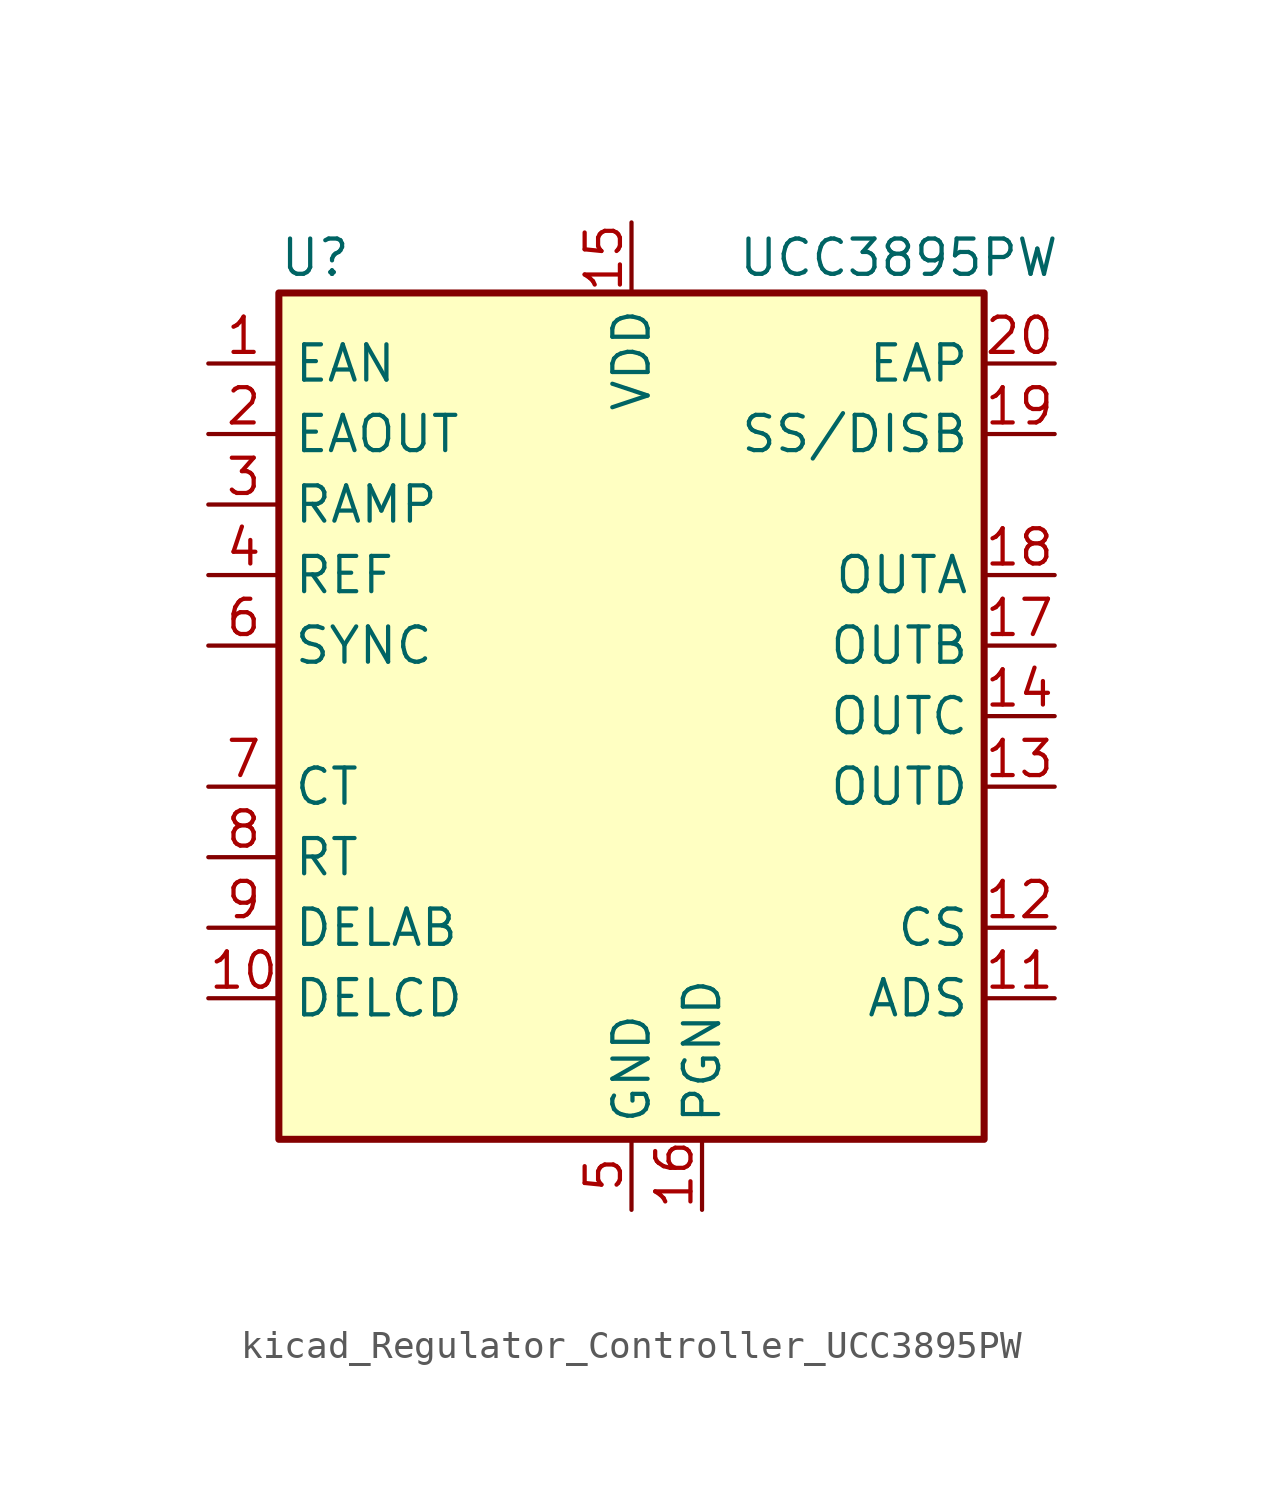
<source format=kicad_sym>
(kicad_symbol_lib
  (version 20220914)
  (generator kicad_symbol_editor)
  (symbol "kicad_Regulator_Controller_UCC3895PW"
    (property "Reference" "U"
      (at -12.7 16.51 0)
      (effects (font (size 1.27 1.27)) (justify left)))
    (property "Value" "UCC3895PW"
      (at 3.81 16.51 0)
      (effects (font (size 1.27 1.27)) (justify left)))
    (symbol "kicad_Regulator_Controller_UCC3895PW_0_1"
      (rectangle (start -12.7 15.24) (end 12.7 -15.24) (stroke (width 0.254) (type default)) (fill (type background))))
    (symbol "kicad_Regulator_Controller_UCC3895PW_1_1"
      (pin input line (at -15.24 12.7 0) (length 2.54) (name "EAN" (effects (font (size 1.27 1.27)))) (number "1" (effects (font (size 1.27 1.27)))))
      (pin passive line (at -15.24 -10.16 0) (length 2.54) (name "DELCD" (effects (font (size 1.27 1.27)))) (number "10" (effects (font (size 1.27 1.27)))))
      (pin input line (at 15.24 -10.16 180) (length 2.54) (name "ADS" (effects (font (size 1.27 1.27)))) (number "11" (effects (font (size 1.27 1.27)))))
      (pin input line (at 15.24 -7.62 180) (length 2.54) (name "CS" (effects (font (size 1.27 1.27)))) (number "12" (effects (font (size 1.27 1.27)))))
      (pin output line (at 15.24 -2.54 180) (length 2.54) (name "OUTD" (effects (font (size 1.27 1.27)))) (number "13" (effects (font (size 1.27 1.27)))))
      (pin output line (at 15.24 0 180) (length 2.54) (name "OUTC" (effects (font (size 1.27 1.27)))) (number "14" (effects (font (size 1.27 1.27)))))
      (pin power_in line (at 0 17.78 270) (length 2.54) (name "VDD" (effects (font (size 1.27 1.27)))) (number "15" (effects (font (size 1.27 1.27)))))
      (pin power_in line (at 2.54 -17.78 90) (length 2.54) (name "PGND" (effects (font (size 1.27 1.27)))) (number "16" (effects (font (size 1.27 1.27)))))
      (pin output line (at 15.24 2.54 180) (length 2.54) (name "OUTB" (effects (font (size 1.27 1.27)))) (number "17" (effects (font (size 1.27 1.27)))))
      (pin output line (at 15.24 5.08 180) (length 2.54) (name "OUTA" (effects (font (size 1.27 1.27)))) (number "18" (effects (font (size 1.27 1.27)))))
      (pin passive line (at 15.24 10.16 180) (length 2.54) (name "SS/DISB" (effects (font (size 1.27 1.27)))) (number "19" (effects (font (size 1.27 1.27)))))
      (pin bidirectional line (at -15.24 10.16 0) (length 2.54) (name "EAOUT" (effects (font (size 1.27 1.27)))) (number "2" (effects (font (size 1.27 1.27)))))
      (pin input line (at 15.24 12.7 180) (length 2.54) (name "EAP" (effects (font (size 1.27 1.27)))) (number "20" (effects (font (size 1.27 1.27)))))
      (pin input line (at -15.24 7.62 0) (length 2.54) (name "RAMP" (effects (font (size 1.27 1.27)))) (number "3" (effects (font (size 1.27 1.27)))))
      (pin output line (at -15.24 5.08 0) (length 2.54) (name "REF" (effects (font (size 1.27 1.27)))) (number "4" (effects (font (size 1.27 1.27)))))
      (pin power_in line (at 0 -17.78 90) (length 2.54) (name "GND" (effects (font (size 1.27 1.27)))) (number "5" (effects (font (size 1.27 1.27)))))
      (pin bidirectional line (at -15.24 2.54 0) (length 2.54) (name "SYNC" (effects (font (size 1.27 1.27)))) (number "6" (effects (font (size 1.27 1.27)))))
      (pin passive line (at -15.24 -2.54 0) (length 2.54) (name "CT" (effects (font (size 1.27 1.27)))) (number "7" (effects (font (size 1.27 1.27)))))
      (pin passive line (at -15.24 -5.08 0) (length 2.54) (name "RT" (effects (font (size 1.27 1.27)))) (number "8" (effects (font (size 1.27 1.27)))))
      (pin passive line (at -15.24 -7.62 0) (length 2.54) (name "DELAB" (effects (font (size 1.27 1.27)))) (number "9" (effects (font (size 1.27 1.27))))))))
</source>
